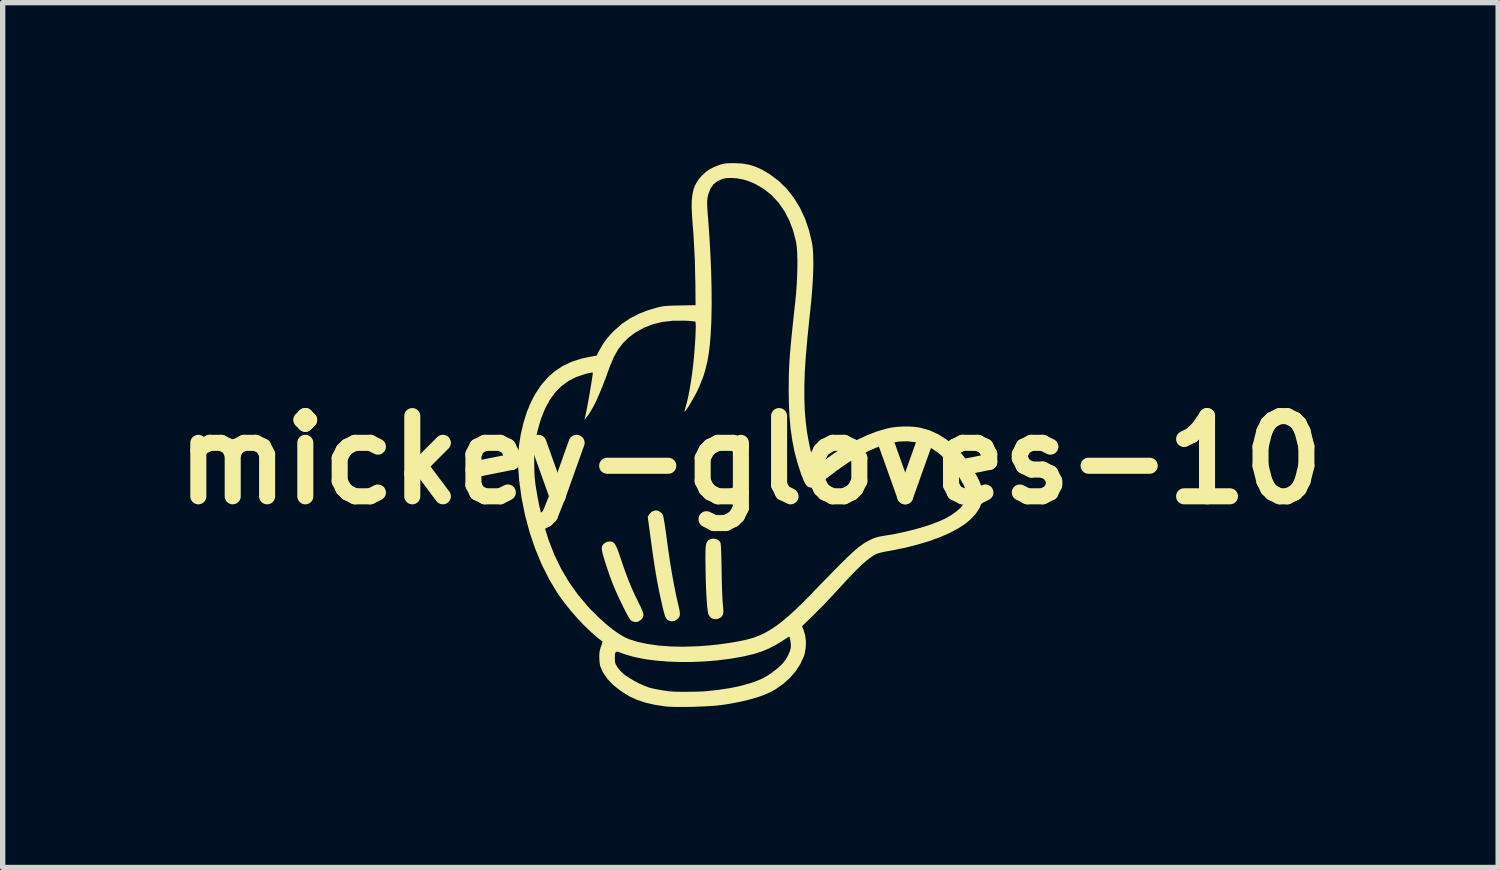
<source format=kicad_pcb>
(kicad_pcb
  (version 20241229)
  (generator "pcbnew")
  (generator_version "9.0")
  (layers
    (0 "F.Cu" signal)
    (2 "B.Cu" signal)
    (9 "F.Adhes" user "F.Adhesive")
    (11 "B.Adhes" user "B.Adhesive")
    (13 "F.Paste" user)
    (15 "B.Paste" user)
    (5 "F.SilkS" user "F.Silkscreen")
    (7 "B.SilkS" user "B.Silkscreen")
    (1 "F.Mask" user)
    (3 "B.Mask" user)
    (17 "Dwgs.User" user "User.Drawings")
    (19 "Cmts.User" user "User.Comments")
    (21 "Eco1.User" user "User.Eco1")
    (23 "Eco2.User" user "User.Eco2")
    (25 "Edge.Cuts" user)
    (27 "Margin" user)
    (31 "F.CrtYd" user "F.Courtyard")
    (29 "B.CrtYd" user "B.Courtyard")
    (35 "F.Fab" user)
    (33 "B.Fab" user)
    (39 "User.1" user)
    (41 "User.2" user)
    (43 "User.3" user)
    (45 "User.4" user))
  (footprint "mickey-gloves-10"
    (layer "F.Cu")
    (at 10.979 5.55)
    (property "Reference" "mickey-gloves-10" (at 0 0 0) (layer "F.SilkS") (effects (font (size 1.5 1.5) (thickness 0.3))))
    (attr board_only exclude_from_pos_files exclude_from_bom)
    (fp_poly (pts (xy -2.603 1.524) (xy -2.576 1.532) (xy -2.552 1.549) (xy -2.53 1.577) (xy -2.507 1.62) (xy -2.482 1.68) (xy -2.453 1.759) (xy -2.418 1.862) (xy -2.409 1.889) (xy -2.349 2.065) (xy -2.29 2.223) (xy -2.228 2.374) (xy -2.16 2.526) (xy -2.084 2.68) (xy -2.044 2.762) (xy -2.018 2.825) (xy -2.003 2.873) (xy -2.001 2.91) (xy -2.009 2.94) (xy -2.029 2.969) (xy -2.044 2.984) (xy -2.096 3.021) (xy -2.151 3.03) (xy -2.211 3.013) (xy -2.219 3.009) (xy -2.236 2.995) (xy -2.257 2.969) (xy -2.283 2.927) (xy -2.316 2.867) (xy -2.358 2.786) (xy -2.38 2.742) (xy -2.456 2.585) (xy -2.522 2.439) (xy -2.581 2.296) (xy -2.637 2.147) (xy -2.692 1.983) (xy -2.711 1.924) (xy -2.741 1.827) (xy -2.763 1.751) (xy -2.775 1.693) (xy -2.779 1.649) (xy -2.775 1.616) (xy -2.762 1.59) (xy -2.742 1.567) (xy -2.73 1.557) (xy -2.68 1.528) (xy -2.634 1.522)) (stroke (width 0) (type solid)) (fill yes) (layer "F.SilkS"))
    (fp_poly (pts (xy -0.625 1.483) (xy -0.582 1.511) (xy -0.56 1.545) (xy -0.556 1.57) (xy -0.552 1.619) (xy -0.548 1.692) (xy -0.545 1.786) (xy -0.542 1.899) (xy -0.539 2.029) (xy -0.539 2.059) (xy -0.537 2.178) (xy -0.534 2.297) (xy -0.531 2.409) (xy -0.527 2.511) (xy -0.523 2.598) (xy -0.519 2.665) (xy -0.516 2.694) (xy -0.509 2.768) (xy -0.506 2.821) (xy -0.507 2.858) (xy -0.513 2.885) (xy -0.517 2.895) (xy -0.548 2.938) (xy -0.595 2.965) (xy -0.649 2.976) (xy -0.703 2.968) (xy -0.738 2.949) (xy -0.767 2.916) (xy -0.787 2.878) (xy -0.797 2.83) (xy -0.807 2.756) (xy -0.815 2.657) (xy -0.823 2.536) (xy -0.83 2.393) (xy -0.835 2.229) (xy -0.839 2.058) (xy -0.841 1.926) (xy -0.842 1.818) (xy -0.841 1.732) (xy -0.839 1.665) (xy -0.835 1.613) (xy -0.829 1.574) (xy -0.82 1.545) (xy -0.808 1.524) (xy -0.792 1.507) (xy -0.779 1.495) (xy -0.731 1.473) (xy -0.677 1.469)) (stroke (width 0) (type solid)) (fill yes) (layer "F.SilkS"))
    (fp_poly (pts (xy -1.745 0.943) (xy -1.708 0.958) (xy -1.707 0.958) (xy -1.662 0.99) (xy -1.637 1.025) (xy -1.63 1.05) (xy -1.62 1.098) (xy -1.609 1.164) (xy -1.596 1.244) (xy -1.584 1.333) (xy -1.576 1.386) (xy -1.54 1.655) (xy -1.504 1.899) (xy -1.467 2.124) (xy -1.429 2.332) (xy -1.39 2.526) (xy -1.348 2.711) (xy -1.345 2.721) (xy -1.328 2.8) (xy -1.319 2.858) (xy -1.32 2.901) (xy -1.331 2.934) (xy -1.352 2.961) (xy -1.366 2.975) (xy -1.422 3.009) (xy -1.479 3.016) (xy -1.532 2.999) (xy -1.554 2.984) (xy -1.572 2.965) (xy -1.588 2.937) (xy -1.603 2.896) (xy -1.62 2.838) (xy -1.639 2.759) (xy -1.649 2.718) (xy -1.678 2.589) (xy -1.704 2.468) (xy -1.727 2.352) (xy -1.749 2.236) (xy -1.77 2.115) (xy -1.791 1.985) (xy -1.813 1.841) (xy -1.836 1.68) (xy -1.861 1.496) (xy -1.863 1.486) (xy -1.92 1.062) (xy -1.894 1.017) (xy -1.852 0.972) (xy -1.813 0.953) (xy -1.775 0.942)) (stroke (width 0) (type solid)) (fill yes) (layer "F.SilkS"))
    (fp_poly (pts (xy -0.164 -5.544) (xy -0.034 -5.523) (xy 0.09 -5.485) (xy 0.215 -5.429) (xy 0.347 -5.352) (xy 0.369 -5.337) (xy 0.534 -5.213) (xy 0.681 -5.067) (xy 0.812 -4.902) (xy 0.925 -4.717) (xy 1.02 -4.515) (xy 1.095 -4.295) (xy 1.151 -4.06) (xy 1.165 -3.961) (xy 1.173 -3.838) (xy 1.176 -3.695) (xy 1.174 -3.533) (xy 1.166 -3.355) (xy 1.153 -3.165) (xy 1.136 -2.965) (xy 1.129 -2.901) (xy 1.117 -2.781) (xy 1.103 -2.654) (xy 1.09 -2.527) (xy 1.078 -2.406) (xy 1.067 -2.3) (xy 1.06 -2.222) (xy 1.034 -1.922) (xy 1.016 -1.645) (xy 1.008 -1.388) (xy 1.008 -1.149) (xy 1.016 -0.924) (xy 1.034 -0.711) (xy 1.06 -0.507) (xy 1.096 -0.31) (xy 1.11 -0.245) (xy 1.127 -0.171) (xy 1.146 -0.096) (xy 1.165 -0.026) (xy 1.184 0.036) (xy 1.199 0.084) (xy 1.212 0.114) (xy 1.218 0.122) (xy 1.23 0.115) (xy 1.26 0.093) (xy 1.303 0.062) (xy 1.355 0.024) (xy 1.36 0.02) (xy 1.56 -0.123) (xy 1.763 -0.251) (xy 1.966 -0.363) (xy 2.166 -0.457) (xy 2.359 -0.533) (xy 2.543 -0.587) (xy 2.63 -0.606) (xy 2.738 -0.62) (xy 2.858 -0.627) (xy 2.979 -0.626) (xy 3.093 -0.618) (xy 3.173 -0.605) (xy 3.346 -0.556) (xy 3.51 -0.482) (xy 3.665 -0.385) (xy 3.812 -0.262) (xy 3.951 -0.114) (xy 4.083 0.06) (xy 4.111 0.102) (xy 4.185 0.218) (xy 4.243 0.318) (xy 4.285 0.407) (xy 4.315 0.488) (xy 4.331 0.551) (xy 4.342 0.67) (xy 4.326 0.785) (xy 4.284 0.896) (xy 4.214 1.003) (xy 4.118 1.107) (xy 4.02 1.189) (xy 3.887 1.277) (xy 3.729 1.361) (xy 3.548 1.44) (xy 3.347 1.514) (xy 3.127 1.58) (xy 2.891 1.64) (xy 2.64 1.691) (xy 2.606 1.697) (xy 2.517 1.713) (xy 2.45 1.727) (xy 2.4 1.74) (xy 2.361 1.753) (xy 2.328 1.769) (xy 2.307 1.781) (xy 2.237 1.828) (xy 2.161 1.888) (xy 2.078 1.962) (xy 1.984 2.052) (xy 1.879 2.16) (xy 1.799 2.245) (xy 1.728 2.322) (xy 1.655 2.401) (xy 1.586 2.476) (xy 1.524 2.543) (xy 1.474 2.597) (xy 1.456 2.616) (xy 1.408 2.667) (xy 1.346 2.731) (xy 1.276 2.801) (xy 1.205 2.872) (xy 1.153 2.923) (xy 0.964 3.107) (xy 0.99 3.168) (xy 1.022 3.272) (xy 1.037 3.389) (xy 1.034 3.508) (xy 1.014 3.623) (xy 1.001 3.664) (xy 0.936 3.808) (xy 0.847 3.946) (xy 0.737 4.074) (xy 0.608 4.189) (xy 0.463 4.29) (xy 0.369 4.341) (xy 0.253 4.392) (xy 0.113 4.44) (xy -0.045 4.485) (xy -0.219 4.525) (xy -0.405 4.56) (xy -0.544 4.58) (xy -0.629 4.59) (xy -0.731 4.598) (xy -0.848 4.605) (xy -0.972 4.61) (xy -1.099 4.614) (xy -1.224 4.616) (xy -1.342 4.616) (xy -1.446 4.615) (xy -1.533 4.611) (xy -1.582 4.607) (xy -1.781 4.577) (xy -1.961 4.536) (xy -2.121 4.483) (xy -2.257 4.421) (xy -2.273 4.412) (xy -2.431 4.312) (xy -2.563 4.207) (xy -2.668 4.098) (xy -2.748 3.984) (xy -2.768 3.946) (xy -2.793 3.891) (xy -2.809 3.847) (xy -2.818 3.801) (xy -2.823 3.743) (xy -2.824 3.719) (xy -2.825 3.702) (xy -2.535 3.702) (xy -2.533 3.756) (xy -2.528 3.794) (xy -2.514 3.828) (xy -2.489 3.869) (xy -2.483 3.878) (xy -2.434 3.939) (xy -2.37 4) (xy -2.341 4.023) (xy -2.263 4.075) (xy -2.172 4.129) (xy -2.077 4.178) (xy -1.984 4.22) (xy -1.905 4.25) (xy -1.902 4.251) (xy -1.842 4.267) (xy -1.764 4.284) (xy -1.677 4.3) (xy -1.591 4.314) (xy -1.513 4.324) (xy -1.488 4.326) (xy -1.425 4.33) (xy -1.342 4.332) (xy -1.245 4.333) (xy -1.141 4.332) (xy -1.038 4.331) (xy -0.942 4.328) (xy -0.86 4.324) (xy -0.822 4.321) (xy -0.586 4.295) (xy -0.367 4.261) (xy -0.166 4.218) (xy 0.014 4.167) (xy 0.171 4.108) (xy 0.224 4.084) (xy 0.305 4.04) (xy 0.392 3.982) (xy 0.478 3.918) (xy 0.554 3.853) (xy 0.605 3.801) (xy 0.658 3.731) (xy 0.704 3.652) (xy 0.738 3.573) (xy 0.754 3.51) (xy 0.756 3.475) (xy 0.754 3.429) (xy 0.748 3.382) (xy 0.74 3.34) (xy 0.731 3.311) (xy 0.724 3.302) (xy 0.71 3.309) (xy 0.679 3.328) (xy 0.635 3.356) (xy 0.601 3.379) (xy 0.469 3.46) (xy 0.339 3.526) (xy 0.204 3.581) (xy 0.058 3.627) (xy -0.106 3.666) (xy -0.149 3.675) (xy -0.379 3.715) (xy -0.614 3.745) (xy -0.853 3.765) (xy -1.091 3.775) (xy -1.325 3.776) (xy -1.553 3.767) (xy -1.769 3.749) (xy -1.973 3.722) (xy -2.159 3.685) (xy -2.325 3.639) (xy -2.414 3.607) (xy -2.467 3.588) (xy -2.502 3.583) (xy -2.522 3.595) (xy -2.532 3.627) (xy -2.534 3.683) (xy -2.535 3.702) (xy -2.825 3.702) (xy -2.826 3.651) (xy -2.822 3.598) (xy -2.813 3.549) (xy -2.797 3.496) (xy -2.763 3.397) (xy -2.86 3.32) (xy -2.979 3.217) (xy -3.106 3.095) (xy -3.234 2.96) (xy -3.358 2.818) (xy -3.474 2.674) (xy -3.576 2.535) (xy -3.605 2.492) (xy -3.76 2.234) (xy -3.9 1.956) (xy -4.022 1.662) (xy -4.127 1.355) (xy -4.212 1.037) (xy -4.278 0.713) (xy -4.323 0.384) (xy -4.343 0.129) (xy -4.343 0.027) (xy -4.042 0.027) (xy -4.041 0.14) (xy -4.038 0.242) (xy -4.032 0.337) (xy -4.022 0.432) (xy -4.007 0.533) (xy -3.988 0.645) (xy -3.964 0.774) (xy -3.947 0.858) (xy -3.87 1.182) (xy -3.777 1.485) (xy -3.667 1.769) (xy -3.538 2.035) (xy -3.39 2.285) (xy -3.223 2.52) (xy -3.036 2.741) (xy -2.98 2.801) (xy -2.837 2.942) (xy -2.701 3.066) (xy -2.571 3.171) (xy -2.451 3.255) (xy -2.341 3.318) (xy -2.273 3.348) (xy -2.11 3.399) (xy -1.924 3.439) (xy -1.718 3.468) (xy -1.495 3.485) (xy -1.256 3.49) (xy -1.004 3.482) (xy -0.945 3.479) (xy -0.777 3.466) (xy -0.61 3.449) (xy -0.448 3.427) (xy -0.294 3.403) (xy -0.154 3.376) (xy -0.033 3.348) (xy 0.067 3.319) (xy 0.071 3.317) (xy 0.174 3.277) (xy 0.275 3.229) (xy 0.377 3.17) (xy 0.483 3.1) (xy 0.593 3.016) (xy 0.711 2.917) (xy 0.838 2.802) (xy 0.976 2.668) (xy 1.128 2.515) (xy 1.17 2.471) (xy 1.318 2.317) (xy 1.449 2.183) (xy 1.564 2.065) (xy 1.665 1.963) (xy 1.754 1.875) (xy 1.832 1.799) (xy 1.9 1.736) (xy 1.96 1.682) (xy 2.014 1.637) (xy 2.064 1.599) (xy 2.109 1.566) (xy 2.153 1.539) (xy 2.197 1.514) (xy 2.236 1.494) (xy 2.289 1.469) (xy 2.34 1.45) (xy 2.395 1.435) (xy 2.463 1.422) (xy 2.519 1.413) (xy 2.706 1.381) (xy 2.893 1.341) (xy 3.075 1.296) (xy 3.248 1.246) (xy 3.406 1.193) (xy 3.546 1.138) (xy 3.635 1.097) (xy 3.747 1.034) (xy 3.847 0.964) (xy 3.924 0.896) (xy 3.99 0.815) (xy 4.028 0.733) (xy 4.039 0.647) (xy 4.024 0.557) (xy 3.989 0.471) (xy 3.896 0.309) (xy 3.792 0.159) (xy 3.68 0.024) (xy 3.564 -0.09) (xy 3.503 -0.14) (xy 3.371 -0.228) (xy 3.232 -0.292) (xy 3.086 -0.333) (xy 2.933 -0.351) (xy 2.773 -0.345) (xy 2.604 -0.316) (xy 2.427 -0.262) (xy 2.241 -0.185) (xy 2.044 -0.084) (xy 1.838 0.041) (xy 1.622 0.191) (xy 1.394 0.365) (xy 1.323 0.422) (xy 1.27 0.464) (xy 1.232 0.492) (xy 1.203 0.508) (xy 1.177 0.515) (xy 1.151 0.516) (xy 1.112 0.513) (xy 1.079 0.502) (xy 1.051 0.479) (xy 1.025 0.442) (xy 0.997 0.388) (xy 0.967 0.312) (xy 0.943 0.249) (xy 0.878 0.05) (xy 0.824 -0.154) (xy 0.782 -0.367) (xy 0.75 -0.59) (xy 0.729 -0.83) (xy 0.718 -1.088) (xy 0.715 -1.291) (xy 0.716 -1.396) (xy 0.717 -1.493) (xy 0.718 -1.585) (xy 0.721 -1.675) (xy 0.725 -1.765) (xy 0.73 -1.859) (xy 0.737 -1.959) (xy 0.746 -2.068) (xy 0.757 -2.188) (xy 0.77 -2.323) (xy 0.786 -2.475) (xy 0.804 -2.647) (xy 0.825 -2.842) (xy 0.838 -2.956) (xy 0.853 -3.115) (xy 0.865 -3.277) (xy 0.873 -3.436) (xy 0.877 -3.589) (xy 0.878 -3.732) (xy 0.874 -3.862) (xy 0.867 -3.973) (xy 0.856 -4.062) (xy 0.852 -4.081) (xy 0.798 -4.29) (xy 0.725 -4.482) (xy 0.634 -4.656) (xy 0.525 -4.812) (xy 0.399 -4.948) (xy 0.257 -5.063) (xy 0.1 -5.156) (xy -0.037 -5.215) (xy -0.143 -5.246) (xy -0.253 -5.266) (xy -0.36 -5.274) (xy -0.456 -5.269) (xy -0.527 -5.254) (xy -0.619 -5.212) (xy -0.692 -5.154) (xy -0.746 -5.077) (xy -0.784 -4.981) (xy -0.796 -4.932) (xy -0.802 -4.9) (xy -0.807 -4.868) (xy -0.809 -4.834) (xy -0.809 -4.793) (xy -0.808 -4.741) (xy -0.804 -4.675) (xy -0.798 -4.589) (xy -0.789 -4.48) (xy -0.789 -4.479) (xy -0.765 -4.146) (xy -0.747 -3.822) (xy -0.734 -3.508) (xy -0.727 -3.208) (xy -0.725 -2.926) (xy -0.729 -2.666) (xy -0.733 -2.548) (xy -0.744 -2.341) (xy -0.759 -2.157) (xy -0.779 -1.992) (xy -0.806 -1.841) (xy -0.839 -1.701) (xy -0.879 -1.568) (xy -0.929 -1.438) (xy -0.985 -1.309) (xy -1.014 -1.252) (xy -1.048 -1.188) (xy -1.085 -1.122) (xy -1.123 -1.058) (xy -1.159 -1) (xy -1.19 -0.952) (xy -1.215 -0.918) (xy -1.23 -0.903) (xy -1.233 -0.902) (xy -1.232 -0.918) (xy -1.224 -0.951) (xy -1.211 -0.995) (xy -1.187 -1.08) (xy -1.162 -1.189) (xy -1.138 -1.315) (xy -1.114 -1.455) (xy -1.092 -1.604) (xy -1.073 -1.757) (xy -1.057 -1.91) (xy -1.048 -2.018) (xy -1.037 -2.164) (xy -1.029 -2.291) (xy -1.025 -2.397) (xy -1.022 -2.481) (xy -1.023 -2.542) (xy -1.027 -2.578) (xy -1.031 -2.588) (xy -1.05 -2.592) (xy -1.09 -2.596) (xy -1.147 -2.601) (xy -1.215 -2.604) (xy -1.241 -2.605) (xy -1.45 -2.604) (xy -1.643 -2.582) (xy -1.822 -2.539) (xy -1.988 -2.474) (xy -2.144 -2.388) (xy -2.163 -2.375) (xy -2.285 -2.283) (xy -2.389 -2.18) (xy -2.477 -2.062) (xy -2.554 -1.925) (xy -2.621 -1.766) (xy -2.63 -1.744) (xy -2.7 -1.551) (xy -2.765 -1.382) (xy -2.825 -1.237) (xy -2.88 -1.112) (xy -2.933 -1.006) (xy -2.983 -0.917) (xy -3.031 -0.843) (xy -3.069 -0.795) (xy -3.103 -0.754) (xy -3.093 -0.793) (xy -3.082 -0.844) (xy -3.068 -0.911) (xy -3.052 -0.991) (xy -3.036 -1.079) (xy -3.019 -1.172) (xy -3.002 -1.267) (xy -2.987 -1.358) (xy -2.973 -1.442) (xy -2.962 -1.516) (xy -2.953 -1.576) (xy -2.948 -1.617) (xy -2.948 -1.636) (xy -2.948 -1.637) (xy -2.964 -1.636) (xy -3 -1.629) (xy -3.05 -1.618) (xy -3.085 -1.609) (xy -3.249 -1.555) (xy -3.397 -1.481) (xy -3.53 -1.384) (xy -3.648 -1.266) (xy -3.75 -1.125) (xy -3.839 -0.962) (xy -3.913 -0.776) (xy -3.945 -0.672) (xy -3.979 -0.55) (xy -4.004 -0.444) (xy -4.022 -0.347) (xy -4.034 -0.25) (xy -4.04 -0.146) (xy -4.042 -0.026) (xy -4.042 0.027) (xy -4.343 0.027) (xy -4.343 -0.07) (xy -4.326 -0.277) (xy -4.292 -0.488) (xy -4.243 -0.695) (xy -4.181 -0.894) (xy -4.105 -1.079) (xy -4.028 -1.227) (xy -3.918 -1.394) (xy -3.796 -1.537) (xy -3.661 -1.658) (xy -3.511 -1.757) (xy -3.344 -1.836) (xy -3.159 -1.896) (xy -3.009 -1.928) (xy -2.877 -1.951) (xy -2.825 -2.051) (xy -2.755 -2.17) (xy -2.678 -2.278) (xy -2.584 -2.382) (xy -2.536 -2.429) (xy -2.397 -2.55) (xy -2.247 -2.651) (xy -2.083 -2.735) (xy -1.902 -2.805) (xy -1.747 -2.85) (xy -1.698 -2.862) (xy -1.652 -2.871) (xy -1.605 -2.878) (xy -1.552 -2.882) (xy -1.487 -2.886) (xy -1.404 -2.888) (xy -1.318 -2.89) (xy -1.026 -2.895) (xy -1.029 -3.265) (xy -1.04 -3.752) (xy -1.066 -4.229) (xy -1.081 -4.417) (xy -1.093 -4.583) (xy -1.099 -4.727) (xy -1.097 -4.85) (xy -1.086 -4.955) (xy -1.067 -5.047) (xy -1.039 -5.128) (xy -1 -5.2) (xy -0.951 -5.268) (xy -0.897 -5.328) (xy -0.829 -5.389) (xy -0.759 -5.438) (xy -0.678 -5.479) (xy -0.59 -5.513) (xy -0.541 -5.529) (xy -0.498 -5.539) (xy -0.453 -5.546) (xy -0.398 -5.549) (xy -0.326 -5.55) (xy -0.306 -5.55)) (stroke (width 0) (type solid)) (fill yes) (layer "F.SilkS")))
  (gr_rect
    (start -3 -3)
    (end 24.957 13.167)
    (stroke (width 0.1) (type default))
    (fill no)
    (layer "Edge.Cuts")))
</source>
